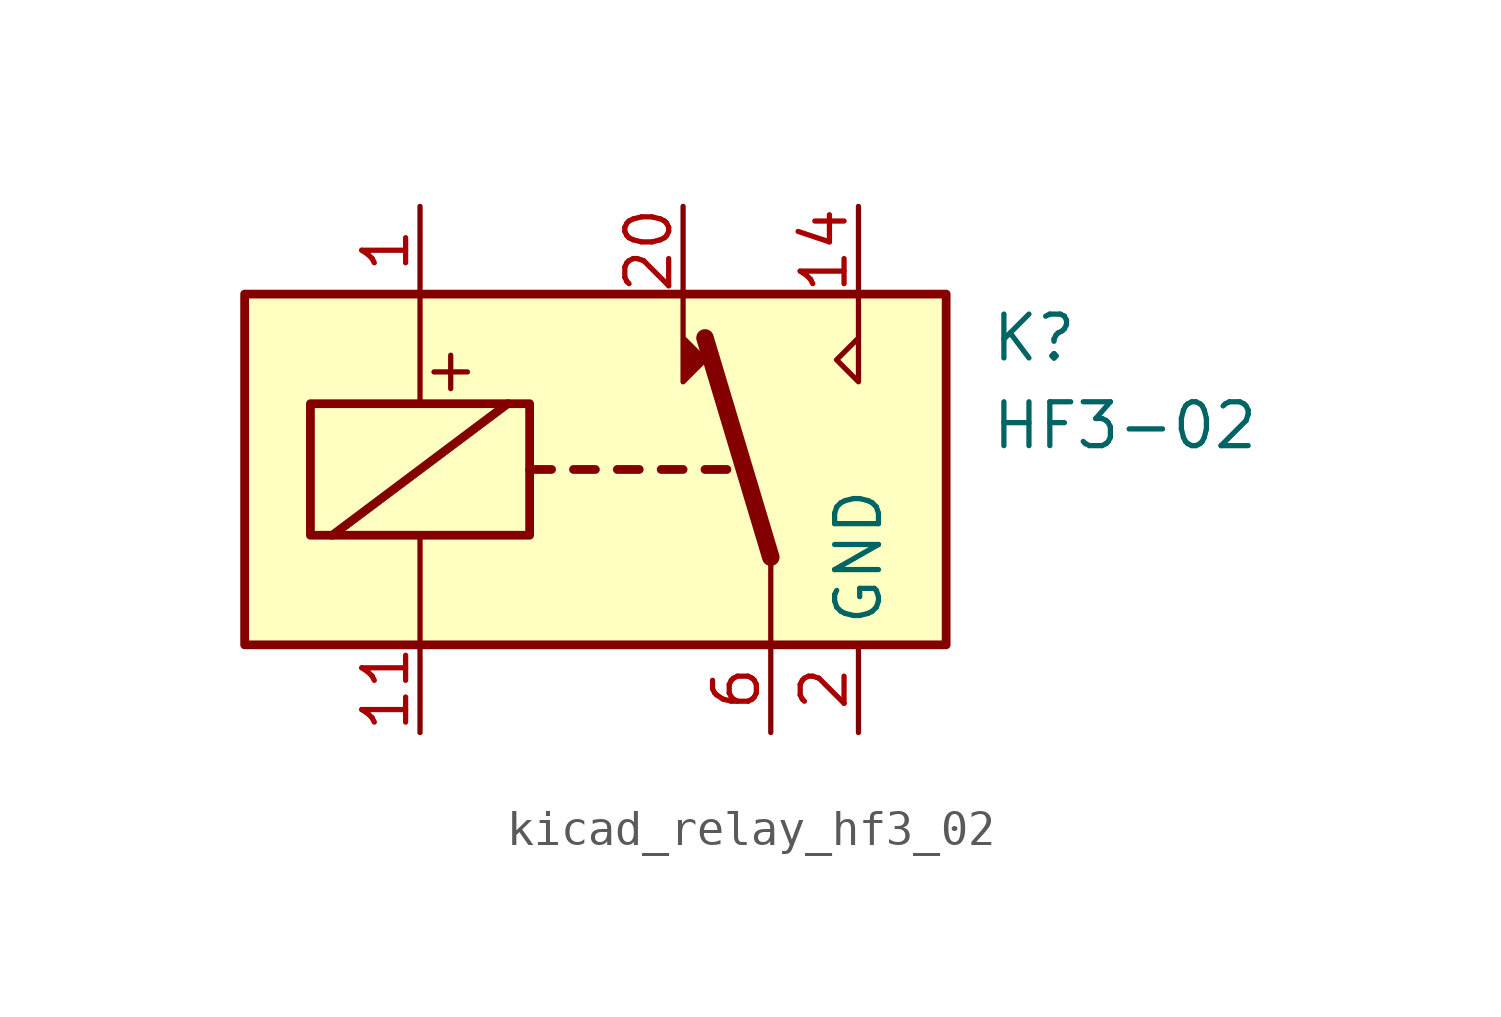
<source format=kicad_sym>
(kicad_symbol_lib
  (version 20220914)
  (generator kicad_symbol_editor)
  (symbol "kicad_relay_hf3_02"
    (property "Reference" "K"
      (at 11.43 3.81 0)
      (effects (font (size 1.27 1.27)) (justify left)))
    (property "Value" "HF3-02"
      (at 11.43 1.27 0)
      (effects (font (size 1.27 1.27)) (justify left)))
    (symbol "kicad_relay_hf3_02_0_0"
      (polyline (pts (xy 7.62 5.08) (xy 7.62 2.54) (xy 6.985 3.175) (xy 7.62 3.81)) (stroke (width 0) (type default)) (fill (type none)))
      (text "+" (at -4.191 2.921 0) (effects (font (size 1.27 1.27)))))
    (symbol "kicad_relay_hf3_02_0_1"
      (rectangle (start -10.16 5.08) (end 10.16 -5.08) (stroke (width 0.254) (type default)) (fill (type background)))
      (rectangle (start -8.255 1.905) (end -1.905 -1.905) (stroke (width 0.254) (type default)) (fill (type none)))
      (polyline (pts (xy -7.62 -1.905) (xy -2.54 1.905)) (stroke (width 0.254) (type default)) (fill (type none)))
      (polyline (pts (xy -5.08 -5.08) (xy -5.08 -1.905)) (stroke (width 0) (type default)) (fill (type none)))
      (polyline (pts (xy -5.08 5.08) (xy -5.08 1.905)) (stroke (width 0) (type default)) (fill (type none)))
      (polyline (pts (xy -1.905 0) (xy -1.27 0)) (stroke (width 0.254) (type default)) (fill (type none)))
      (polyline (pts (xy -0.635 0) (xy 0 0)) (stroke (width 0.254) (type default)) (fill (type none)))
      (polyline (pts (xy 0.635 0) (xy 1.27 0)) (stroke (width 0.254) (type default)) (fill (type none)))
      (polyline (pts (xy 1.905 0) (xy 2.54 0)) (stroke (width 0.254) (type default)) (fill (type none)))
      (polyline (pts (xy 3.175 0) (xy 3.81 0)) (stroke (width 0.254) (type default)) (fill (type none)))
      (polyline (pts (xy 5.08 -2.54) (xy 3.175 3.81)) (stroke (width 0.508) (type default)) (fill (type none)))
      (polyline (pts (xy 5.08 -2.54) (xy 5.08 -5.08)) (stroke (width 0) (type default)) (fill (type none)))
      (polyline (pts (xy 2.54 5.08) (xy 2.54 2.54) (xy 3.175 3.175) (xy 2.54 3.81)) (stroke (width 0) (type default)) (fill (type outline))))
    (symbol "kicad_relay_hf3_02_1_1"
      (pin passive line (at -5.08 7.62 270) (length 2.54) (name "~" (effects (font (size 1.27 1.27)))) (number "1" (effects (font (size 1.27 1.27)))))
      (pin passive line (at 7.62 -7.62 90) (length 2.54) hide (name "GND" (effects (font (size 1.27 1.27)))) (number "10" (effects (font (size 1.27 1.27)))))
      (pin passive line (at -5.08 -7.62 90) (length 2.54) (name "~" (effects (font (size 1.27 1.27)))) (number "11" (effects (font (size 1.27 1.27)))))
      (pin passive line (at 7.62 -7.62 90) (length 2.54) hide (name "GND" (effects (font (size 1.27 1.27)))) (number "12" (effects (font (size 1.27 1.27)))))
      (pin passive line (at 7.62 -7.62 90) (length 2.54) hide (name "GND" (effects (font (size 1.27 1.27)))) (number "13" (effects (font (size 1.27 1.27)))))
      (pin passive line (at 7.62 7.62 270) (length 2.54) (name "~" (effects (font (size 1.27 1.27)))) (number "14" (effects (font (size 1.27 1.27)))))
      (pin passive line (at 7.62 -7.62 90) (length 2.54) hide (name "GND" (effects (font (size 1.27 1.27)))) (number "15" (effects (font (size 1.27 1.27)))))
      (pin passive line (at 7.62 -7.62 90) (length 2.54) hide (name "GND" (effects (font (size 1.27 1.27)))) (number "17" (effects (font (size 1.27 1.27)))))
      (pin passive line (at 7.62 -7.62 90) (length 2.54) hide (name "GND" (effects (font (size 1.27 1.27)))) (number "19" (effects (font (size 1.27 1.27)))))
      (pin power_in line (at 7.62 -7.62 90) (length 2.54) (name "GND" (effects (font (size 1.27 1.27)))) (number "2" (effects (font (size 1.27 1.27)))))
      (pin passive line (at 2.54 7.62 270) (length 2.54) (name "~" (effects (font (size 1.27 1.27)))) (number "20" (effects (font (size 1.27 1.27)))))
      (pin passive line (at 7.62 -7.62 90) (length 2.54) hide (name "GND" (effects (font (size 1.27 1.27)))) (number "21" (effects (font (size 1.27 1.27)))))
      (pin passive line (at 7.62 -7.62 90) (length 2.54) hide (name "GND" (effects (font (size 1.27 1.27)))) (number "22" (effects (font (size 1.27 1.27)))))
      (pin passive line (at 7.62 -7.62 90) (length 2.54) hide (name "GND" (effects (font (size 1.27 1.27)))) (number "5" (effects (font (size 1.27 1.27)))))
      (pin passive line (at 5.08 -7.62 90) (length 2.54) (name "~" (effects (font (size 1.27 1.27)))) (number "6" (effects (font (size 1.27 1.27)))))
      (pin passive line (at 7.62 -7.62 90) (length 2.54) hide (name "GND" (effects (font (size 1.27 1.27)))) (number "7" (effects (font (size 1.27 1.27))))))))
</source>
